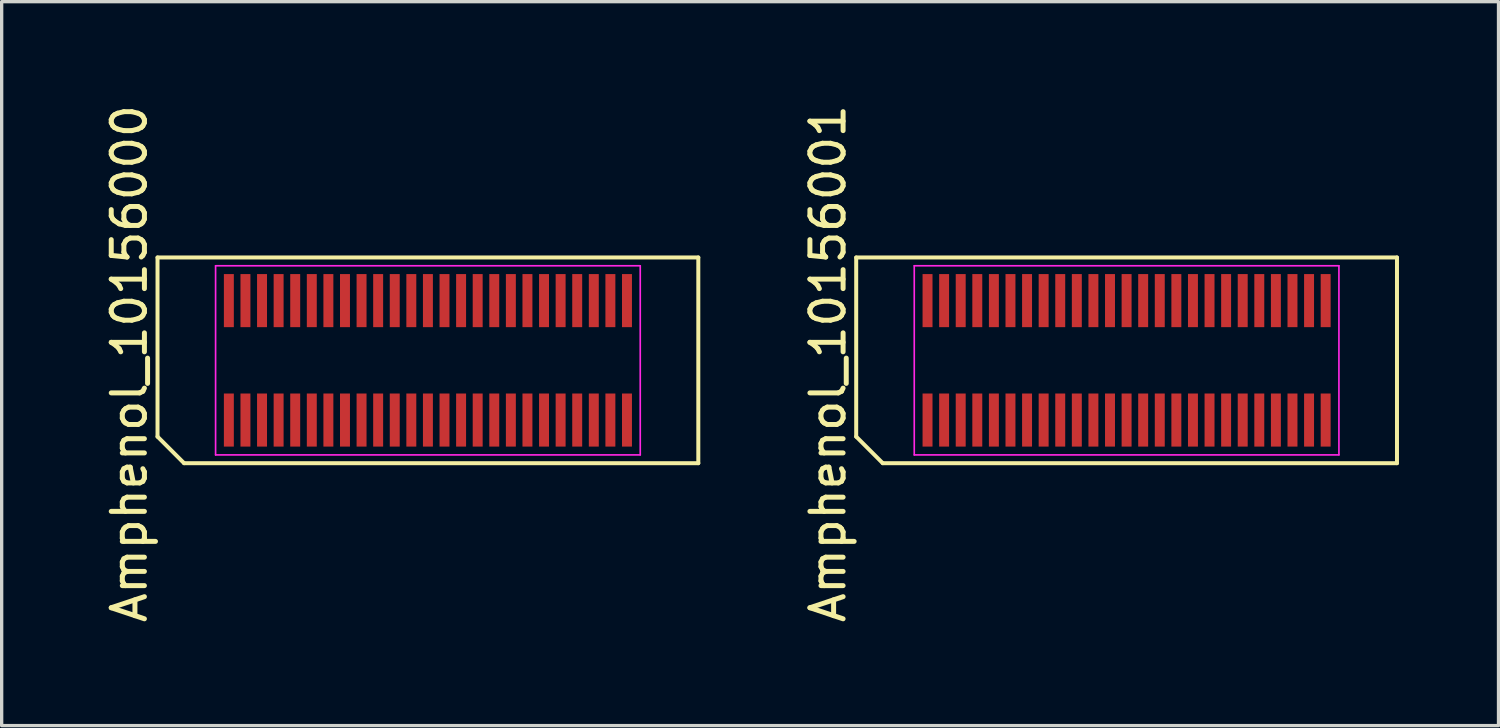
<source format=kicad_pcb>
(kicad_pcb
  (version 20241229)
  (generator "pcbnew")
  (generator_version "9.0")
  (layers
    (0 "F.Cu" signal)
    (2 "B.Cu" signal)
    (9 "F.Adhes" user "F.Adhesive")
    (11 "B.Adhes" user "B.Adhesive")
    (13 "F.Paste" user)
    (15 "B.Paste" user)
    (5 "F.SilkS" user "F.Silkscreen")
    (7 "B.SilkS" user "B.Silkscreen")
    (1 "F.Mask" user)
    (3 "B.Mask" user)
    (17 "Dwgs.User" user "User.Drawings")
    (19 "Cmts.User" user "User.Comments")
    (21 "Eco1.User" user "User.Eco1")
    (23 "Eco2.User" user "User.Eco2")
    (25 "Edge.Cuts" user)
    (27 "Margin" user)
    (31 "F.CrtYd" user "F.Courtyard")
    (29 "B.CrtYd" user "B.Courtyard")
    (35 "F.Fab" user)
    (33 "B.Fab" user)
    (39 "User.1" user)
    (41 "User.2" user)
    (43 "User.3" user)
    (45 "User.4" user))
  (footprint "Amphenol_10156001"
    (layer "F.Cu")
    (at 30.907 7.811)
    (property "Reference" "Amphenol_10156001" (at -9 0.1 90) (layer "F.SilkS") (effects (font (size 1 1) (thickness 0.15))))
    (attr smd)
    (fp_line (start -8.15 -3.1) (end 8.15 -3.1) (stroke (width 0.12) (type solid)) (layer "F.SilkS"))
    (fp_line (start -8.15 2.3) (end -8.15 -3.1) (stroke (width 0.12) (type solid)) (layer "F.SilkS"))
    (fp_line (start -7.35 3.1) (end -8.15 2.3) (stroke (width 0.12) (type solid)) (layer "F.SilkS"))
    (fp_line (start 8.15 -3.1) (end 8.15 3.1) (stroke (width 0.12) (type solid)) (layer "F.SilkS"))
    (fp_line (start 8.15 3.1) (end -7.35 3.1) (stroke (width 0.12) (type solid)) (layer "F.SilkS"))
    (fp_line (start -6.4 -2.85) (end 6.4 -2.85) (stroke (width 0.05) (type solid)) (layer "F.CrtYd"))
    (fp_line (start -6.4 2.85) (end -6.4 -2.85) (stroke (width 0.05) (type solid)) (layer "F.CrtYd"))
    (fp_line (start 6.4 -2.85) (end 6.4 2.85) (stroke (width 0.05) (type solid)) (layer "F.CrtYd"))
    (fp_line (start 6.4 2.85) (end -6.4 2.85) (stroke (width 0.05) (type solid)) (layer "F.CrtYd"))
    (pad "1" smd rect (at -6 -1.8) (size 0.3 1.6) (layers "F.Cu" "F.Mask" "F.Paste"))
    (pad "2" smd rect (at -5.5 -1.8) (size 0.3 1.6) (layers "F.Cu" "F.Mask" "F.Paste"))
    (pad "3" smd rect (at -5 -1.8) (size 0.3 1.6) (layers "F.Cu" "F.Mask" "F.Paste"))
    (pad "4" smd rect (at -4.5 -1.8) (size 0.3 1.6) (layers "F.Cu" "F.Mask" "F.Paste"))
    (pad "5" smd rect (at -4 -1.8) (size 0.3 1.6) (layers "F.Cu" "F.Mask" "F.Paste"))
    (pad "6" smd rect (at -3.5 -1.8) (size 0.3 1.6) (layers "F.Cu" "F.Mask" "F.Paste"))
    (pad "7" smd rect (at -3 -1.8) (size 0.3 1.6) (layers "F.Cu" "F.Mask" "F.Paste"))
    (pad "8" smd rect (at -2.5 -1.8) (size 0.3 1.6) (layers "F.Cu" "F.Mask" "F.Paste"))
    (pad "9" smd rect (at -2 -1.8) (size 0.3 1.6) (layers "F.Cu" "F.Mask" "F.Paste"))
    (pad "10" smd rect (at -1.5 -1.8) (size 0.3 1.6) (layers "F.Cu" "F.Mask" "F.Paste"))
    (pad "11" smd rect (at -1 -1.8) (size 0.3 1.6) (layers "F.Cu" "F.Mask" "F.Paste"))
    (pad "12" smd rect (at -0.5 -1.8) (size 0.3 1.6) (layers "F.Cu" "F.Mask" "F.Paste"))
    (pad "13" smd rect (at 0 -1.8) (size 0.3 1.6) (layers "F.Cu" "F.Mask" "F.Paste"))
    (pad "14" smd rect (at 0.5 -1.8) (size 0.3 1.6) (layers "F.Cu" "F.Mask" "F.Paste"))
    (pad "15" smd rect (at 1 -1.8) (size 0.3 1.6) (layers "F.Cu" "F.Mask" "F.Paste"))
    (pad "16" smd rect (at 1.5 -1.8) (size 0.3 1.6) (layers "F.Cu" "F.Mask" "F.Paste"))
    (pad "17" smd rect (at 2 -1.8) (size 0.3 1.6) (layers "F.Cu" "F.Mask" "F.Paste"))
    (pad "18" smd rect (at 2.5 -1.8) (size 0.3 1.6) (layers "F.Cu" "F.Mask" "F.Paste"))
    (pad "19" smd rect (at 3 -1.8) (size 0.3 1.6) (layers "F.Cu" "F.Mask" "F.Paste"))
    (pad "20" smd rect (at 3.5 -1.8) (size 0.3 1.6) (layers "F.Cu" "F.Mask" "F.Paste"))
    (pad "21" smd rect (at 4 -1.8) (size 0.3 1.6) (layers "F.Cu" "F.Mask" "F.Paste"))
    (pad "22" smd rect (at 4.5 -1.8) (size 0.3 1.6) (layers "F.Cu" "F.Mask" "F.Paste"))
    (pad "23" smd rect (at 5 -1.8) (size 0.3 1.6) (layers "F.Cu" "F.Mask" "F.Paste"))
    (pad "24" smd rect (at 5.5 -1.8) (size 0.3 1.6) (layers "F.Cu" "F.Mask" "F.Paste"))
    (pad "25" smd rect (at 6 -1.8) (size 0.3 1.6) (layers "F.Cu" "F.Mask" "F.Paste"))
    (pad "26" smd rect (at 6 1.8) (size 0.3 1.6) (layers "F.Cu" "F.Mask" "F.Paste"))
    (pad "27" smd rect (at 5.5 1.8) (size 0.3 1.6) (layers "F.Cu" "F.Mask" "F.Paste"))
    (pad "28" smd rect (at 5 1.8) (size 0.3 1.6) (layers "F.Cu" "F.Mask" "F.Paste"))
    (pad "29" smd rect (at 4.5 1.8) (size 0.3 1.6) (layers "F.Cu" "F.Mask" "F.Paste"))
    (pad "30" smd rect (at 4 1.8) (size 0.3 1.6) (layers "F.Cu" "F.Mask" "F.Paste"))
    (pad "31" smd rect (at 3.5 1.8) (size 0.3 1.6) (layers "F.Cu" "F.Mask" "F.Paste"))
    (pad "32" smd rect (at 3 1.8) (size 0.3 1.6) (layers "F.Cu" "F.Mask" "F.Paste"))
    (pad "33" smd rect (at 2.5 1.8) (size 0.3 1.6) (layers "F.Cu" "F.Mask" "F.Paste"))
    (pad "34" smd rect (at 2 1.8) (size 0.3 1.6) (layers "F.Cu" "F.Mask" "F.Paste"))
    (pad "35" smd rect (at 1.5 1.8) (size 0.3 1.6) (layers "F.Cu" "F.Mask" "F.Paste"))
    (pad "36" smd rect (at 1 1.8) (size 0.3 1.6) (layers "F.Cu" "F.Mask" "F.Paste"))
    (pad "37" smd rect (at 0.5 1.8) (size 0.3 1.6) (layers "F.Cu" "F.Mask" "F.Paste"))
    (pad "38" smd rect (at 0 1.8) (size 0.3 1.6) (layers "F.Cu" "F.Mask" "F.Paste"))
    (pad "39" smd rect (at -0.5 1.8) (size 0.3 1.6) (layers "F.Cu" "F.Mask" "F.Paste"))
    (pad "40" smd rect (at -1 1.8) (size 0.3 1.6) (layers "F.Cu" "F.Mask" "F.Paste"))
    (pad "41" smd rect (at -1.5 1.8) (size 0.3 1.6) (layers "F.Cu" "F.Mask" "F.Paste"))
    (pad "42" smd rect (at -2 1.8) (size 0.3 1.6) (layers "F.Cu" "F.Mask" "F.Paste"))
    (pad "43" smd rect (at -2.5 1.8) (size 0.3 1.6) (layers "F.Cu" "F.Mask" "F.Paste"))
    (pad "44" smd rect (at -3 1.8) (size 0.3 1.6) (layers "F.Cu" "F.Mask" "F.Paste"))
    (pad "45" smd rect (at -3.5 1.8) (size 0.3 1.6) (layers "F.Cu" "F.Mask" "F.Paste"))
    (pad "46" smd rect (at -4 1.8) (size 0.3 1.6) (layers "F.Cu" "F.Mask" "F.Paste"))
    (pad "47" smd rect (at -4.5 1.8) (size 0.3 1.6) (layers "F.Cu" "F.Mask" "F.Paste"))
    (pad "48" smd rect (at -5 1.8) (size 0.3 1.6) (layers "F.Cu" "F.Mask" "F.Paste"))
    (pad "49" smd rect (at -5.5 1.8) (size 0.3 1.6) (layers "F.Cu" "F.Mask" "F.Paste"))
    (pad "50" smd rect (at -6 1.8) (size 0.3 1.6) (layers "F.Cu" "F.Mask" "F.Paste")))
  (footprint "Amphenol_10156000"
    (layer "F.Cu")
    (at 9.848 7.811)
    (property "Reference" "Amphenol_10156000" (at -9 0.1 90) (layer "F.SilkS") (effects (font (size 1 1) (thickness 0.15))))
    (attr smd)
    (fp_line (start -8.15 -3.1) (end 8.15 -3.1) (stroke (width 0.12) (type solid)) (layer "F.SilkS"))
    (fp_line (start -8.15 2.3) (end -8.15 -3.1) (stroke (width 0.12) (type solid)) (layer "F.SilkS"))
    (fp_line (start -7.35 3.1) (end -8.15 2.3) (stroke (width 0.12) (type solid)) (layer "F.SilkS"))
    (fp_line (start 8.15 -3.1) (end 8.15 3.1) (stroke (width 0.12) (type solid)) (layer "F.SilkS"))
    (fp_line (start 8.15 3.1) (end -7.35 3.1) (stroke (width 0.12) (type solid)) (layer "F.SilkS"))
    (fp_line (start -6.4 -2.85) (end 6.4 -2.85) (stroke (width 0.05) (type solid)) (layer "F.CrtYd"))
    (fp_line (start -6.4 2.85) (end -6.4 -2.85) (stroke (width 0.05) (type solid)) (layer "F.CrtYd"))
    (fp_line (start 6.4 -2.85) (end 6.4 2.85) (stroke (width 0.05) (type solid)) (layer "F.CrtYd"))
    (fp_line (start 6.4 2.85) (end -6.4 2.85) (stroke (width 0.05) (type solid)) (layer "F.CrtYd"))
    (pad "1" smd rect (at -6 1.8) (size 0.3 1.6) (layers "F.Cu" "F.Mask" "F.Paste"))
    (pad "2" smd rect (at -5.5 1.8) (size 0.3 1.6) (layers "F.Cu" "F.Mask" "F.Paste"))
    (pad "3" smd rect (at -5 1.8) (size 0.3 1.6) (layers "F.Cu" "F.Mask" "F.Paste"))
    (pad "4" smd rect (at -4.5 1.8) (size 0.3 1.6) (layers "F.Cu" "F.Mask" "F.Paste"))
    (pad "5" smd rect (at -4 1.8) (size 0.3 1.6) (layers "F.Cu" "F.Mask" "F.Paste"))
    (pad "6" smd rect (at -3.5 1.8) (size 0.3 1.6) (layers "F.Cu" "F.Mask" "F.Paste"))
    (pad "7" smd rect (at -3 1.8) (size 0.3 1.6) (layers "F.Cu" "F.Mask" "F.Paste"))
    (pad "8" smd rect (at -2.5 1.8) (size 0.3 1.6) (layers "F.Cu" "F.Mask" "F.Paste"))
    (pad "9" smd rect (at -2 1.8) (size 0.3 1.6) (layers "F.Cu" "F.Mask" "F.Paste"))
    (pad "10" smd rect (at -1.5 1.8) (size 0.3 1.6) (layers "F.Cu" "F.Mask" "F.Paste"))
    (pad "11" smd rect (at -1 1.8) (size 0.3 1.6) (layers "F.Cu" "F.Mask" "F.Paste"))
    (pad "12" smd rect (at -0.5 1.8) (size 0.3 1.6) (layers "F.Cu" "F.Mask" "F.Paste"))
    (pad "13" smd rect (at 0 1.8) (size 0.3 1.6) (layers "F.Cu" "F.Mask" "F.Paste"))
    (pad "14" smd rect (at 0.5 1.8) (size 0.3 1.6) (layers "F.Cu" "F.Mask" "F.Paste"))
    (pad "15" smd rect (at 1 1.8) (size 0.3 1.6) (layers "F.Cu" "F.Mask" "F.Paste"))
    (pad "16" smd rect (at 1.5 1.8) (size 0.3 1.6) (layers "F.Cu" "F.Mask" "F.Paste"))
    (pad "17" smd rect (at 2 1.8) (size 0.3 1.6) (layers "F.Cu" "F.Mask" "F.Paste"))
    (pad "18" smd rect (at 2.5 1.8) (size 0.3 1.6) (layers "F.Cu" "F.Mask" "F.Paste"))
    (pad "19" smd rect (at 3 1.8) (size 0.3 1.6) (layers "F.Cu" "F.Mask" "F.Paste"))
    (pad "20" smd rect (at 3.5 1.8) (size 0.3 1.6) (layers "F.Cu" "F.Mask" "F.Paste"))
    (pad "21" smd rect (at 4 1.8) (size 0.3 1.6) (layers "F.Cu" "F.Mask" "F.Paste"))
    (pad "22" smd rect (at 4.5 1.8) (size 0.3 1.6) (layers "F.Cu" "F.Mask" "F.Paste"))
    (pad "23" smd rect (at 5 1.8) (size 0.3 1.6) (layers "F.Cu" "F.Mask" "F.Paste"))
    (pad "24" smd rect (at 5.5 1.8) (size 0.3 1.6) (layers "F.Cu" "F.Mask" "F.Paste"))
    (pad "25" smd rect (at 6 1.8) (size 0.3 1.6) (layers "F.Cu" "F.Mask" "F.Paste"))
    (pad "26" smd rect (at 6 -1.8) (size 0.3 1.6) (layers "F.Cu" "F.Mask" "F.Paste"))
    (pad "27" smd rect (at 5.5 -1.8) (size 0.3 1.6) (layers "F.Cu" "F.Mask" "F.Paste"))
    (pad "28" smd rect (at 5 -1.8) (size 0.3 1.6) (layers "F.Cu" "F.Mask" "F.Paste"))
    (pad "29" smd rect (at 4.5 -1.8) (size 0.3 1.6) (layers "F.Cu" "F.Mask" "F.Paste"))
    (pad "30" smd rect (at 4 -1.8) (size 0.3 1.6) (layers "F.Cu" "F.Mask" "F.Paste"))
    (pad "31" smd rect (at 3.5 -1.8) (size 0.3 1.6) (layers "F.Cu" "F.Mask" "F.Paste"))
    (pad "32" smd rect (at 3 -1.8) (size 0.3 1.6) (layers "F.Cu" "F.Mask" "F.Paste"))
    (pad "33" smd rect (at 2.5 -1.8) (size 0.3 1.6) (layers "F.Cu" "F.Mask" "F.Paste"))
    (pad "34" smd rect (at 2 -1.8) (size 0.3 1.6) (layers "F.Cu" "F.Mask" "F.Paste"))
    (pad "35" smd rect (at 1.5 -1.8) (size 0.3 1.6) (layers "F.Cu" "F.Mask" "F.Paste"))
    (pad "36" smd rect (at 1 -1.8) (size 0.3 1.6) (layers "F.Cu" "F.Mask" "F.Paste"))
    (pad "37" smd rect (at 0.5 -1.8) (size 0.3 1.6) (layers "F.Cu" "F.Mask" "F.Paste"))
    (pad "38" smd rect (at 0 -1.8) (size 0.3 1.6) (layers "F.Cu" "F.Mask" "F.Paste"))
    (pad "39" smd rect (at -0.5 -1.8) (size 0.3 1.6) (layers "F.Cu" "F.Mask" "F.Paste"))
    (pad "40" smd rect (at -1 -1.8) (size 0.3 1.6) (layers "F.Cu" "F.Mask" "F.Paste"))
    (pad "41" smd rect (at -1.5 -1.8) (size 0.3 1.6) (layers "F.Cu" "F.Mask" "F.Paste"))
    (pad "42" smd rect (at -2 -1.8) (size 0.3 1.6) (layers "F.Cu" "F.Mask" "F.Paste"))
    (pad "43" smd rect (at -2.5 -1.8) (size 0.3 1.6) (layers "F.Cu" "F.Mask" "F.Paste"))
    (pad "44" smd rect (at -3 -1.8) (size 0.3 1.6) (layers "F.Cu" "F.Mask" "F.Paste"))
    (pad "45" smd rect (at -3.5 -1.8) (size 0.3 1.6) (layers "F.Cu" "F.Mask" "F.Paste"))
    (pad "46" smd rect (at -4 -1.8) (size 0.3 1.6) (layers "F.Cu" "F.Mask" "F.Paste"))
    (pad "47" smd rect (at -4.5 -1.8) (size 0.3 1.6) (layers "F.Cu" "F.Mask" "F.Paste"))
    (pad "48" smd rect (at -5 -1.8) (size 0.3 1.6) (layers "F.Cu" "F.Mask" "F.Paste"))
    (pad "49" smd rect (at -5.5 -1.8) (size 0.3 1.6) (layers "F.Cu" "F.Mask" "F.Paste"))
    (pad "50" smd rect (at -6 -1.8) (size 0.3 1.6) (layers "F.Cu" "F.Mask" "F.Paste")))
  (gr_rect
    (start -3 -3)
    (end 42.117 18.821)
    (stroke (width 0.1) (type default))
    (fill no)
    (layer "Edge.Cuts")))
</source>
